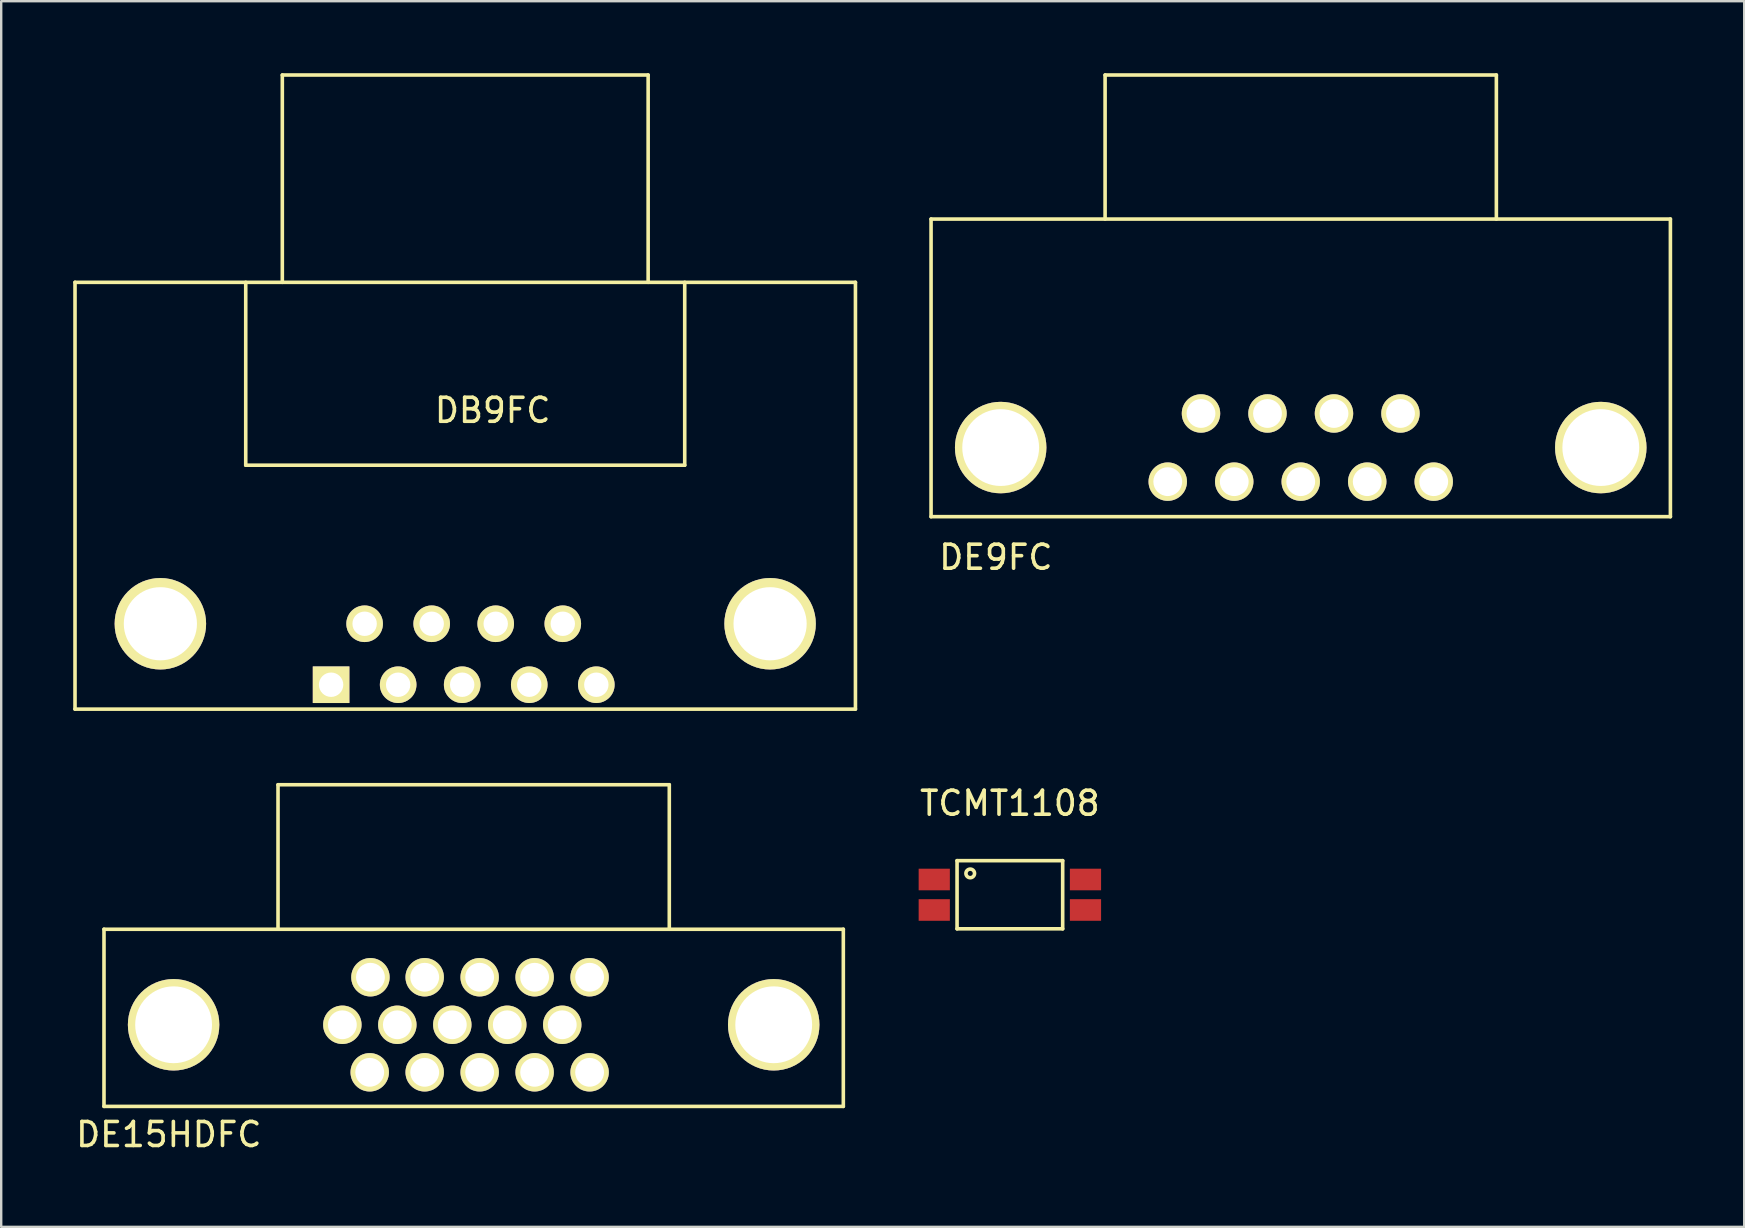
<source format=kicad_pcb>
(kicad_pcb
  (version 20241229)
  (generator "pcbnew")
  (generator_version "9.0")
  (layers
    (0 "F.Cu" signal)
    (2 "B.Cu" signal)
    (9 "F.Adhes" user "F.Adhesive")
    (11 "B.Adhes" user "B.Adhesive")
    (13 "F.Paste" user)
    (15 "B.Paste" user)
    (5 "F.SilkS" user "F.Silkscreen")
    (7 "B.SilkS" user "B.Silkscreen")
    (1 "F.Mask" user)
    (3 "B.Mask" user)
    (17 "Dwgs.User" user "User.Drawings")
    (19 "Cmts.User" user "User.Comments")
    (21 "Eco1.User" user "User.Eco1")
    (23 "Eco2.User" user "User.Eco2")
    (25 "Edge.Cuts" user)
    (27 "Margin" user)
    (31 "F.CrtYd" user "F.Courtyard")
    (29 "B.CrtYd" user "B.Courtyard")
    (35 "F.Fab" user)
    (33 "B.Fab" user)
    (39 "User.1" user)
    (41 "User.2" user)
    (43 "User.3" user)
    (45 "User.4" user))
  (footprint "DE15HDFC"
    (layer "F.Cu")
    (at 16.682 39.641)
    (property "Reference" "DE15HDFC" (at -12.7 4.572 0) (layer "F.SilkS") (effects (font (size 1 1) (thickness 0.15))))
    (attr through_hole)
    (fp_line (start -15.4 -3.98) (end -15.4 3.4) (stroke (width 0.15) (type solid)) (layer "F.SilkS"))
    (fp_line (start -15.4 3.4) (end 15.4 3.4) (stroke (width 0.15) (type solid)) (layer "F.SilkS"))
    (fp_line (start -8.15 -10) (end -8.15 -3.98) (stroke (width 0.15) (type solid)) (layer "F.SilkS"))
    (fp_line (start -8.15 -10) (end 8.15 -10) (stroke (width 0.15) (type solid)) (layer "F.SilkS"))
    (fp_line (start 8.15 -10) (end 8.15 -3.98) (stroke (width 0.15) (type solid)) (layer "F.SilkS"))
    (fp_line (start 15.4 -3.98) (end -15.4 -3.98) (stroke (width 0.15) (type solid)) (layer "F.SilkS"))
    (fp_line (start 15.4 -3.98) (end 15.4 3.4) (stroke (width 0.15) (type solid)) (layer "F.SilkS"))
    (pad "" thru_hole circle (at -12.5 0) (size 3.81 3.81) (drill 3.2) (layers "*.Cu" "*.Mask" "F.SilkS"))
    (pad "" thru_hole circle (at 12.5 0) (size 3.81 3.81) (drill 3.2) (layers "*.Cu" "*.Mask" "F.SilkS"))
    (pad "1" thru_hole circle (at -4.33 1.98) (size 1.6 1.6) (drill 1.2) (layers "*.Cu" "*.Mask" "F.SilkS"))
    (pad "2" thru_hole circle (at -2.04 1.98) (size 1.6 1.6) (drill 1.2) (layers "*.Cu" "*.Mask" "F.SilkS"))
    (pad "3" thru_hole circle (at 0.25 1.98) (size 1.6 1.6) (drill 1.2) (layers "*.Cu" "*.Mask" "F.SilkS"))
    (pad "4" thru_hole circle (at 2.54 1.98) (size 1.6 1.6) (drill 1.2) (layers "*.Cu" "*.Mask" "F.SilkS"))
    (pad "5" thru_hole circle (at 4.83 1.98) (size 1.6 1.6) (drill 1.2) (layers "*.Cu" "*.Mask" "F.SilkS"))
    (pad "6" thru_hole circle (at -5.47 0) (size 1.6 1.6) (drill 1.2) (layers "*.Cu" "*.Mask" "F.SilkS"))
    (pad "7" thru_hole circle (at -3.18 0) (size 1.6 1.6) (drill 1.2) (layers "*.Cu" "*.Mask" "F.SilkS"))
    (pad "8" thru_hole circle (at -0.89 0) (size 1.6 1.6) (drill 1.2) (layers "*.Cu" "*.Mask" "F.SilkS"))
    (pad "9" thru_hole circle (at 1.4 0) (size 1.6 1.6) (drill 1.2) (layers "*.Cu" "*.Mask" "F.SilkS"))
    (pad "10" thru_hole circle (at 3.69 0) (size 1.6 1.6) (drill 1.2) (layers "*.Cu" "*.Mask" "F.SilkS"))
    (pad "11" thru_hole circle (at -4.3 -1.98) (size 1.6 1.6) (drill 1.2) (layers "*.Cu" "*.Mask" "F.SilkS"))
    (pad "12" thru_hole circle (at -2.04 -1.98) (size 1.6 1.6) (drill 1.2) (layers "*.Cu" "*.Mask" "F.SilkS"))
    (pad "13" thru_hole circle (at 0.25 -1.98) (size 1.6 1.6) (drill 1.2) (layers "*.Cu" "*.Mask" "F.SilkS"))
    (pad "14" thru_hole circle (at 2.54 -1.98) (size 1.6 1.6) (drill 1.2) (layers "*.Cu" "*.Mask" "F.SilkS"))
    (pad "15" thru_hole circle (at 4.83 -1.98) (size 1.6 1.6) (drill 1.2) (layers "*.Cu" "*.Mask" "F.SilkS")))
  (footprint "DE9FC"
    (layer "F.Cu")
    (at 51.137 15.595)
    (property "Reference" "DE9FC" (at -12.7 4.572 0) (layer "F.SilkS") (effects (font (size 1 1) (thickness 0.15))))
    (attr through_hole)
    (fp_line (start -15.4 -9.52) (end -15.4 2.88) (stroke (width 0.15) (type solid)) (layer "F.SilkS"))
    (fp_line (start -15.4 2.88) (end 15.4 2.88) (stroke (width 0.15) (type solid)) (layer "F.SilkS"))
    (fp_line (start -8.15 -15.52) (end -8.15 -9.52) (stroke (width 0.15) (type solid)) (layer "F.SilkS"))
    (fp_line (start -8.15 -15.52) (end 8.15 -15.52) (stroke (width 0.15) (type solid)) (layer "F.SilkS"))
    (fp_line (start 8.15 -9.52) (end 8.15 -15.52) (stroke (width 0.15) (type solid)) (layer "F.SilkS"))
    (fp_line (start 15.4 -9.52) (end -15.4 -9.52) (stroke (width 0.15) (type solid)) (layer "F.SilkS"))
    (fp_line (start 15.4 -9.52) (end 15.4 2.88) (stroke (width 0.15) (type solid)) (layer "F.SilkS"))
    (pad "" thru_hole circle (at -12.5 0) (size 3.81 3.81) (drill 3.2) (layers "*.Cu" "*.Mask" "F.SilkS"))
    (pad "" thru_hole circle (at 12.5 0) (size 3.81 3.81) (drill 3.2) (layers "*.Cu" "*.Mask" "F.SilkS"))
    (pad "1" thru_hole circle (at -5.54 1.42) (size 1.6 1.6) (drill 1.2) (layers "*.Cu" "*.Mask" "F.SilkS"))
    (pad "2" thru_hole circle (at -2.77 1.42) (size 1.6 1.6) (drill 1.2) (layers "*.Cu" "*.Mask" "F.SilkS"))
    (pad "3" thru_hole circle (at 0 1.42) (size 1.6 1.6) (drill 1.2) (layers "*.Cu" "*.Mask" "F.SilkS"))
    (pad "4" thru_hole circle (at 2.77 1.42) (size 1.6 1.6) (drill 1.2) (layers "*.Cu" "*.Mask" "F.SilkS"))
    (pad "5" thru_hole circle (at 5.54 1.42) (size 1.6 1.6) (drill 1.2) (layers "*.Cu" "*.Mask" "F.SilkS"))
    (pad "6" thru_hole circle (at -4.155 -1.42) (size 1.6 1.6) (drill 1.2) (layers "*.Cu" "*.Mask" "F.SilkS"))
    (pad "7" thru_hole circle (at -1.385 -1.42) (size 1.6 1.6) (drill 1.2) (layers "*.Cu" "*.Mask" "F.SilkS"))
    (pad "8" thru_hole circle (at 1.385 -1.42) (size 1.6 1.6) (drill 1.2) (layers "*.Cu" "*.Mask" "F.SilkS"))
    (pad "9" thru_hole circle (at 4.155 -1.42) (size 1.6 1.6) (drill 1.2) (layers "*.Cu" "*.Mask" "F.SilkS")))
  (footprint "TCMT1108"
    (layer "F.Cu")
    (at 39.02 34.224)
    (property "Reference" "TCMT1108" (at 0 -3.81 0) (layer "F.SilkS") (effects (font (size 1 1) (thickness 0.15))))
    (attr through_hole)
    (fp_line (start -2.2 -1.42) (end -2.2 1.42) (stroke (width 0.15) (type solid)) (layer "F.SilkS"))
    (fp_line (start -2.2 1.42) (end 2.2 1.42) (stroke (width 0.15) (type solid)) (layer "F.SilkS"))
    (fp_line (start 2.2 -1.42) (end -2.2 -1.42) (stroke (width 0.15) (type solid)) (layer "F.SilkS"))
    (fp_line (start 2.2 1.42) (end 2.2 -1.42) (stroke (width 0.15) (type solid)) (layer "F.SilkS"))
    (fp_circle (center -1.651 -0.889) (end -1.524 -0.762) (stroke (width 0.15) (type solid)) (fill no) (layer "F.SilkS"))
    (pad "1" smd rect (at -3.15 -0.635) (size 1.3 0.9) (layers "F.Cu" "F.Mask" "F.Paste"))
    (pad "2" smd rect (at -3.15 0.635) (size 1.3 0.9) (layers "F.Cu" "F.Mask" "F.Paste"))
    (pad "3" smd rect (at 3.15 0.635) (size 1.3 0.9) (layers "F.Cu" "F.Mask" "F.Paste"))
    (pad "4" smd rect (at 3.15 -0.635) (size 1.3 0.9) (layers "F.Cu" "F.Mask" "F.Paste")))
  (footprint "DB9FC"
    (layer "F.Cu")
    (at 16.204 24.205)
    (property "Reference" "DB9FC" (at 1.27 -10.16 0) (layer "F.SilkS") (effects (font (size 1 1) (thickness 0.15))))
    (attr through_hole)
    (fp_line (start -16.129 -15.494) (end -16.129 2.286) (stroke (width 0.15) (type solid)) (layer "F.SilkS"))
    (fp_line (start -16.129 2.286) (end 16.383 2.286) (stroke (width 0.15) (type solid)) (layer "F.SilkS"))
    (fp_line (start -9.017 -15.494) (end -9.017 -7.874) (stroke (width 0.15) (type solid)) (layer "F.SilkS"))
    (fp_line (start -9.017 -7.874) (end 9.271 -7.874) (stroke (width 0.15) (type solid)) (layer "F.SilkS"))
    (fp_line (start -7.493 -24.13) (end 7.747 -24.13) (stroke (width 0.15) (type solid)) (layer "F.SilkS"))
    (fp_line (start -7.493 -15.494) (end -7.493 -24.13) (stroke (width 0.15) (type solid)) (layer "F.SilkS"))
    (fp_line (start 7.747 -24.13) (end 7.747 -15.494) (stroke (width 0.15) (type solid)) (layer "F.SilkS"))
    (fp_line (start 9.271 -7.874) (end 9.271 -15.494) (stroke (width 0.15) (type solid)) (layer "F.SilkS"))
    (fp_line (start 16.383 -15.494) (end -16.129 -15.494) (stroke (width 0.15) (type solid)) (layer "F.SilkS"))
    (fp_line (start 16.383 2.286) (end 16.383 -15.494) (stroke (width 0.15) (type solid)) (layer "F.SilkS"))
    (pad "" thru_hole circle (at -12.573 -1.27) (size 3.81 3.81) (drill 3.048) (layers "*.Cu" "*.Mask" "F.SilkS"))
    (pad "" thru_hole circle (at 12.827 -1.27) (size 3.81 3.81) (drill 3.048) (layers "*.Cu" "*.Mask" "F.SilkS"))
    (pad "1" thru_hole rect (at -5.461 1.27) (size 1.524 1.524) (drill 1.016) (layers "*.Cu" "*.Mask" "F.SilkS"))
    (pad "2" thru_hole circle (at -2.667 1.27) (size 1.524 1.524) (drill 1.016) (layers "*.Cu" "*.Mask" "F.SilkS"))
    (pad "3" thru_hole circle (at 0 1.27) (size 1.524 1.524) (drill 1.016) (layers "*.Cu" "*.Mask" "F.SilkS"))
    (pad "4" thru_hole circle (at 2.794 1.27) (size 1.524 1.524) (drill 1.016) (layers "*.Cu" "*.Mask" "F.SilkS"))
    (pad "5" thru_hole circle (at 5.588 1.27) (size 1.524 1.524) (drill 1.016) (layers "*.Cu" "*.Mask" "F.SilkS"))
    (pad "6" thru_hole circle (at -4.064 -1.27) (size 1.524 1.524) (drill 1.016) (layers "*.Cu" "*.Mask" "F.SilkS"))
    (pad "7" thru_hole circle (at -1.27 -1.27) (size 1.524 1.524) (drill 1.016) (layers "*.Cu" "*.Mask" "F.SilkS"))
    (pad "8" thru_hole circle (at 1.397 -1.27) (size 1.524 1.524) (drill 1.016) (layers "*.Cu" "*.Mask" "F.SilkS"))
    (pad "9" thru_hole circle (at 4.191 -1.27) (size 1.524 1.524) (drill 1.016) (layers "*.Cu" "*.Mask" "F.SilkS")))
  (gr_rect
    (start -3 -3)
    (end 69.612 48.061)
    (stroke (width 0.1) (type default))
    (fill no)
    (layer "Edge.Cuts")))
</source>
